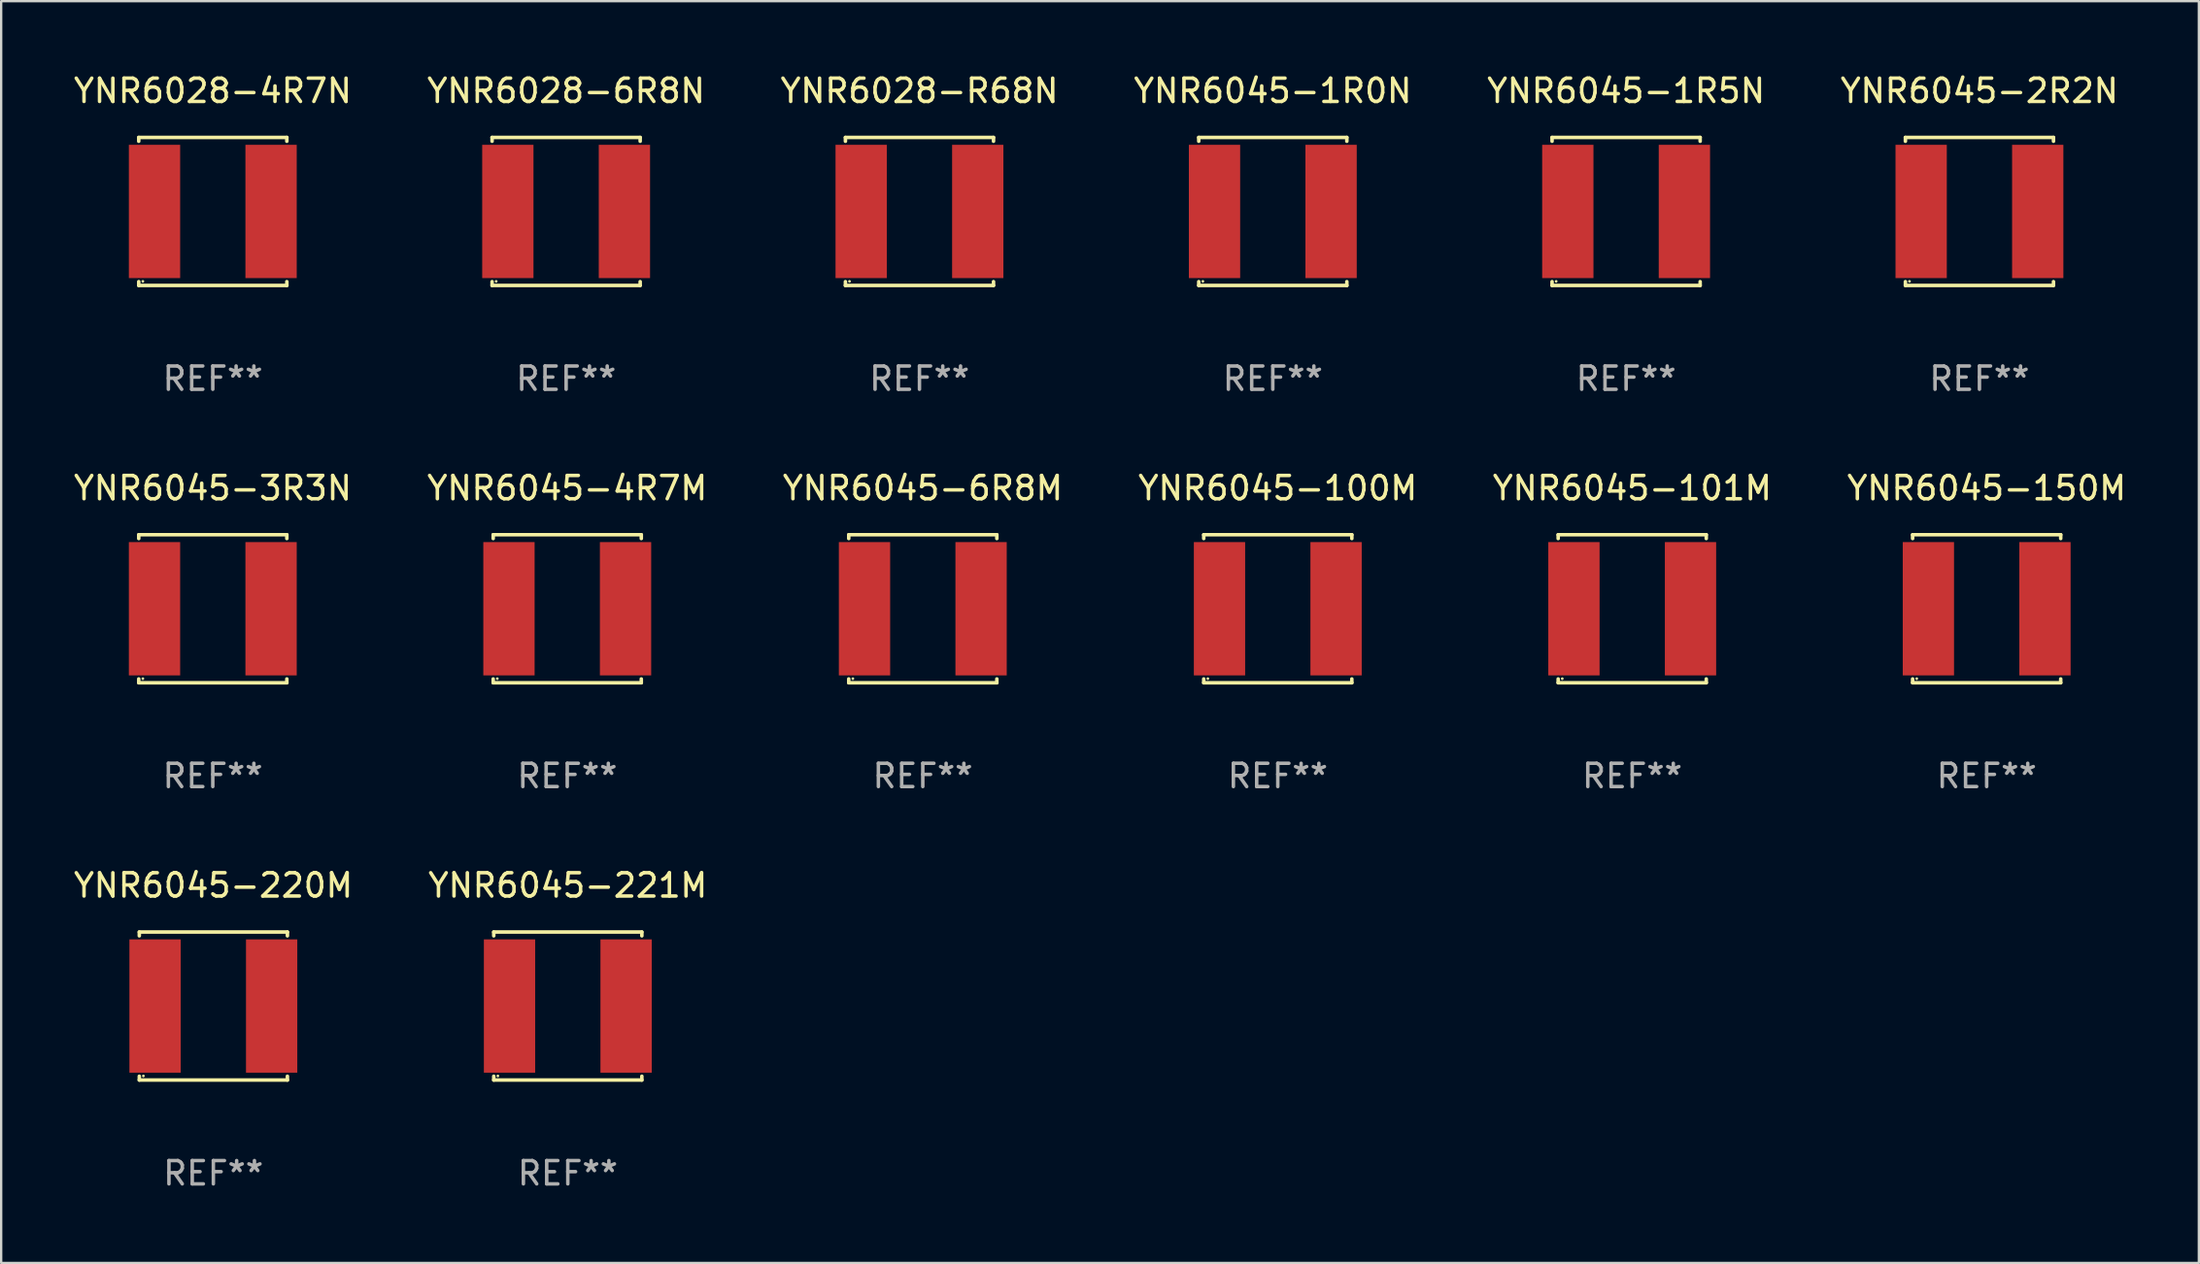
<source format=kicad_pcb>
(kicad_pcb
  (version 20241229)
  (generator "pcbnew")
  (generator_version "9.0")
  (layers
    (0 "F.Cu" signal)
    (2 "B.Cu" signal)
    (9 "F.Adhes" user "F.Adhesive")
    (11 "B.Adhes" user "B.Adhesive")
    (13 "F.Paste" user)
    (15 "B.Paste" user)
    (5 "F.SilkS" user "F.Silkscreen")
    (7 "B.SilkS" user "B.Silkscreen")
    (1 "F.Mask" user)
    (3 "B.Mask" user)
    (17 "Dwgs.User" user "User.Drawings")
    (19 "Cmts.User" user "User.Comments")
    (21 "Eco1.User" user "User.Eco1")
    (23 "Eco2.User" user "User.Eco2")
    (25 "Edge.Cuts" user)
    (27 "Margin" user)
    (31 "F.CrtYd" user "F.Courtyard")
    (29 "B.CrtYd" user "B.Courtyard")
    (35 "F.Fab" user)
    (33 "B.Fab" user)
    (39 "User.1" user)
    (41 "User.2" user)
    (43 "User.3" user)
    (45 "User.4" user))
  (footprint "YNR6045-101M"
    (layer "F.Cu")
    (at 66.958 23.073)
    (property "Reference" "YNR6045-101M" (at 0 -5.176 0) (layer "F.SilkS") (effects (font (size 1 1) (thickness 0.15))))
    (attr through_hole)
    (fp_line (start -3.176 -3.176) (end 3.176 -3.176) (stroke (width 0.152) (type solid)) (layer "F.SilkS"))
    (fp_line (start -3.176 -3.012) (end -3.176 -3.176) (stroke (width 0.152) (type solid)) (layer "F.SilkS"))
    (fp_line (start -3.176 3.012) (end -3.176 3.176) (stroke (width 0.152) (type solid)) (layer "F.SilkS"))
    (fp_line (start -3.176 3.176) (end 3.176 3.176) (stroke (width 0.152) (type solid)) (layer "F.SilkS"))
    (fp_line (start 3.176 -3.176) (end 3.176 -3.012) (stroke (width 0.152) (type solid)) (layer "F.SilkS"))
    (fp_line (start 3.176 3.176) (end 3.176 3.012) (stroke (width 0.152) (type solid)) (layer "F.SilkS"))
    (fp_circle (center -3 3) (end -2.97 3) (stroke (width 0.06) (type solid)) (fill no) (layer "F.SilkS"))
    (fp_text user "REF**" (at 0 7.176 0) (layer "F.Fab") (effects (font (size 1 1) (thickness 0.15))))
    (pad "1" smd rect (at -2.5 0) (size 2.2 5.72) (layers "F.Cu" "F.Mask" "F.Paste"))
    (pad "2" smd rect (at 2.5 0) (size 2.2 5.72) (layers "F.Cu" "F.Mask" "F.Paste")))
  (footprint "YNR6045-1R0N"
    (layer "F.Cu")
    (at 51.542 6.024)
    (property "Reference" "YNR6045-1R0N" (at 0 -5.176 0) (layer "F.SilkS") (effects (font (size 1 1) (thickness 0.15))))
    (attr through_hole)
    (fp_line (start -3.176 -3.176) (end 3.176 -3.176) (stroke (width 0.152) (type solid)) (layer "F.SilkS"))
    (fp_line (start -3.176 -3.012) (end -3.176 -3.176) (stroke (width 0.152) (type solid)) (layer "F.SilkS"))
    (fp_line (start -3.176 3.012) (end -3.176 3.176) (stroke (width 0.152) (type solid)) (layer "F.SilkS"))
    (fp_line (start -3.176 3.176) (end 3.176 3.176) (stroke (width 0.152) (type solid)) (layer "F.SilkS"))
    (fp_line (start 3.176 -3.176) (end 3.176 -3.012) (stroke (width 0.152) (type solid)) (layer "F.SilkS"))
    (fp_line (start 3.176 3.176) (end 3.176 3.012) (stroke (width 0.152) (type solid)) (layer "F.SilkS"))
    (fp_circle (center -3 3) (end -2.97 3) (stroke (width 0.06) (type solid)) (fill no) (layer "F.SilkS"))
    (fp_text user "REF**" (at 0 7.176 0) (layer "F.Fab") (effects (font (size 1 1) (thickness 0.15))))
    (pad "1" smd rect (at -2.5 0) (size 2.2 5.72) (layers "F.Cu" "F.Mask" "F.Paste"))
    (pad "2" smd rect (at 2.5 0) (size 2.2 5.72) (layers "F.Cu" "F.Mask" "F.Paste")))
  (footprint "YNR6045-3R3N"
    (layer "F.Cu")
    (at 6.077 23.073)
    (property "Reference" "YNR6045-3R3N" (at 0 -5.176 0) (layer "F.SilkS") (effects (font (size 1 1) (thickness 0.15))))
    (attr through_hole)
    (fp_line (start -3.176 -3.176) (end 3.176 -3.176) (stroke (width 0.152) (type solid)) (layer "F.SilkS"))
    (fp_line (start -3.176 -3.012) (end -3.176 -3.176) (stroke (width 0.152) (type solid)) (layer "F.SilkS"))
    (fp_line (start -3.176 3.012) (end -3.176 3.176) (stroke (width 0.152) (type solid)) (layer "F.SilkS"))
    (fp_line (start -3.176 3.176) (end 3.176 3.176) (stroke (width 0.152) (type solid)) (layer "F.SilkS"))
    (fp_line (start 3.176 -3.176) (end 3.176 -3.012) (stroke (width 0.152) (type solid)) (layer "F.SilkS"))
    (fp_line (start 3.176 3.176) (end 3.176 3.012) (stroke (width 0.152) (type solid)) (layer "F.SilkS"))
    (fp_circle (center -3 3) (end -2.97 3) (stroke (width 0.06) (type solid)) (fill no) (layer "F.SilkS"))
    (fp_text user "REF**" (at 0 7.176 0) (layer "F.Fab") (effects (font (size 1 1) (thickness 0.15))))
    (pad "1" smd rect (at -2.5 0) (size 2.2 5.72) (layers "F.Cu" "F.Mask" "F.Paste"))
    (pad "2" smd rect (at 2.5 0) (size 2.2 5.72) (layers "F.Cu" "F.Mask" "F.Paste")))
  (footprint "YNR6028-4R7N"
    (layer "F.Cu")
    (at 6.077 6.024)
    (property "Reference" "YNR6028-4R7N" (at 0 -5.176 0) (layer "F.SilkS") (effects (font (size 1 1) (thickness 0.15))))
    (attr through_hole)
    (fp_line (start -3.176 -3.176) (end 3.176 -3.176) (stroke (width 0.152) (type solid)) (layer "F.SilkS"))
    (fp_line (start -3.176 -3.012) (end -3.176 -3.176) (stroke (width 0.152) (type solid)) (layer "F.SilkS"))
    (fp_line (start -3.176 3.012) (end -3.176 3.176) (stroke (width 0.152) (type solid)) (layer "F.SilkS"))
    (fp_line (start -3.176 3.176) (end 3.176 3.176) (stroke (width 0.152) (type solid)) (layer "F.SilkS"))
    (fp_line (start 3.176 -3.176) (end 3.176 -3.012) (stroke (width 0.152) (type solid)) (layer "F.SilkS"))
    (fp_line (start 3.176 3.176) (end 3.176 3.012) (stroke (width 0.152) (type solid)) (layer "F.SilkS"))
    (fp_circle (center -3 3) (end -2.97 3) (stroke (width 0.06) (type solid)) (fill no) (layer "F.SilkS"))
    (fp_text user "REF**" (at 0 7.176 0) (layer "F.Fab") (effects (font (size 1 1) (thickness 0.15))))
    (pad "1" smd rect (at -2.5 0) (size 2.2 5.72) (layers "F.Cu" "F.Mask" "F.Paste"))
    (pad "2" smd rect (at 2.5 0) (size 2.2 5.72) (layers "F.Cu" "F.Mask" "F.Paste")))
  (footprint "YNR6045-4R7M"
    (layer "F.Cu")
    (at 21.28 23.073)
    (property "Reference" "YNR6045-4R7M" (at 0 -5.176 0) (layer "F.SilkS") (effects (font (size 1 1) (thickness 0.15))))
    (attr through_hole)
    (fp_line (start -3.176 -3.176) (end 3.176 -3.176) (stroke (width 0.152) (type solid)) (layer "F.SilkS"))
    (fp_line (start -3.176 -3.012) (end -3.176 -3.176) (stroke (width 0.152) (type solid)) (layer "F.SilkS"))
    (fp_line (start -3.176 3.012) (end -3.176 3.176) (stroke (width 0.152) (type solid)) (layer "F.SilkS"))
    (fp_line (start -3.176 3.176) (end 3.176 3.176) (stroke (width 0.152) (type solid)) (layer "F.SilkS"))
    (fp_line (start 3.176 -3.176) (end 3.176 -3.012) (stroke (width 0.152) (type solid)) (layer "F.SilkS"))
    (fp_line (start 3.176 3.176) (end 3.176 3.012) (stroke (width 0.152) (type solid)) (layer "F.SilkS"))
    (fp_circle (center -3 3) (end -2.97 3) (stroke (width 0.06) (type solid)) (fill no) (layer "F.SilkS"))
    (fp_text user "REF**" (at 0 7.176 0) (layer "F.Fab") (effects (font (size 1 1) (thickness 0.15))))
    (pad "1" smd rect (at -2.5 0) (size 2.2 5.72) (layers "F.Cu" "F.Mask" "F.Paste"))
    (pad "2" smd rect (at 2.5 0) (size 2.2 5.72) (layers "F.Cu" "F.Mask" "F.Paste")))
  (footprint "YNR6028-6R8N"
    (layer "F.Cu")
    (at 21.232 6.024)
    (property "Reference" "YNR6028-6R8N" (at 0 -5.176 0) (layer "F.SilkS") (effects (font (size 1 1) (thickness 0.15))))
    (attr through_hole)
    (fp_line (start -3.176 -3.176) (end 3.176 -3.176) (stroke (width 0.152) (type solid)) (layer "F.SilkS"))
    (fp_line (start -3.176 -3.012) (end -3.176 -3.176) (stroke (width 0.152) (type solid)) (layer "F.SilkS"))
    (fp_line (start -3.176 3.012) (end -3.176 3.176) (stroke (width 0.152) (type solid)) (layer "F.SilkS"))
    (fp_line (start -3.176 3.176) (end 3.176 3.176) (stroke (width 0.152) (type solid)) (layer "F.SilkS"))
    (fp_line (start 3.176 -3.176) (end 3.176 -3.012) (stroke (width 0.152) (type solid)) (layer "F.SilkS"))
    (fp_line (start 3.176 3.176) (end 3.176 3.012) (stroke (width 0.152) (type solid)) (layer "F.SilkS"))
    (fp_circle (center -3 3) (end -2.97 3) (stroke (width 0.06) (type solid)) (fill no) (layer "F.SilkS"))
    (fp_text user "REF**" (at 0 7.176 0) (layer "F.Fab") (effects (font (size 1 1) (thickness 0.15))))
    (pad "1" smd rect (at -2.5 0) (size 2.2 5.72) (layers "F.Cu" "F.Mask" "F.Paste"))
    (pad "2" smd rect (at 2.5 0) (size 2.2 5.72) (layers "F.Cu" "F.Mask" "F.Paste")))
  (footprint "YNR6045-100M"
    (layer "F.Cu")
    (at 51.756 23.073)
    (property "Reference" "YNR6045-100M" (at 0 -5.176 0) (layer "F.SilkS") (effects (font (size 1 1) (thickness 0.15))))
    (attr through_hole)
    (fp_line (start -3.176 -3.176) (end 3.176 -3.176) (stroke (width 0.152) (type solid)) (layer "F.SilkS"))
    (fp_line (start -3.176 -3.012) (end -3.176 -3.176) (stroke (width 0.152) (type solid)) (layer "F.SilkS"))
    (fp_line (start -3.176 3.012) (end -3.176 3.176) (stroke (width 0.152) (type solid)) (layer "F.SilkS"))
    (fp_line (start -3.176 3.176) (end 3.176 3.176) (stroke (width 0.152) (type solid)) (layer "F.SilkS"))
    (fp_line (start 3.176 -3.176) (end 3.176 -3.012) (stroke (width 0.152) (type solid)) (layer "F.SilkS"))
    (fp_line (start 3.176 3.176) (end 3.176 3.012) (stroke (width 0.152) (type solid)) (layer "F.SilkS"))
    (fp_circle (center -3 3) (end -2.97 3) (stroke (width 0.06) (type solid)) (fill no) (layer "F.SilkS"))
    (fp_text user "REF**" (at 0 7.176 0) (layer "F.Fab") (effects (font (size 1 1) (thickness 0.15))))
    (pad "1" smd rect (at -2.5 0) (size 2.2 5.72) (layers "F.Cu" "F.Mask" "F.Paste"))
    (pad "2" smd rect (at 2.5 0) (size 2.2 5.72) (layers "F.Cu" "F.Mask" "F.Paste")))
  (footprint "YNR6045-221M"
    (layer "F.Cu")
    (at 21.304 40.122)
    (property "Reference" "YNR6045-221M" (at 0 -5.176 0) (layer "F.SilkS") (effects (font (size 1 1) (thickness 0.15))))
    (attr through_hole)
    (fp_line (start -3.176 -3.176) (end 3.176 -3.176) (stroke (width 0.152) (type solid)) (layer "F.SilkS"))
    (fp_line (start -3.176 -3.012) (end -3.176 -3.176) (stroke (width 0.152) (type solid)) (layer "F.SilkS"))
    (fp_line (start -3.176 3.012) (end -3.176 3.176) (stroke (width 0.152) (type solid)) (layer "F.SilkS"))
    (fp_line (start -3.176 3.176) (end 3.176 3.176) (stroke (width 0.152) (type solid)) (layer "F.SilkS"))
    (fp_line (start 3.176 -3.176) (end 3.176 -3.012) (stroke (width 0.152) (type solid)) (layer "F.SilkS"))
    (fp_line (start 3.176 3.176) (end 3.176 3.012) (stroke (width 0.152) (type solid)) (layer "F.SilkS"))
    (fp_circle (center -3 3) (end -2.97 3) (stroke (width 0.06) (type solid)) (fill no) (layer "F.SilkS"))
    (fp_text user "REF**" (at 0 7.176 0) (layer "F.Fab") (effects (font (size 1 1) (thickness 0.15))))
    (pad "1" smd rect (at -2.5 0) (size 2.2 5.72) (layers "F.Cu" "F.Mask" "F.Paste"))
    (pad "2" smd rect (at 2.5 0) (size 2.2 5.72) (layers "F.Cu" "F.Mask" "F.Paste")))
  (footprint "YNR6045-220M"
    (layer "F.Cu")
    (at 6.101 40.122)
    (property "Reference" "YNR6045-220M" (at 0 -5.176 0) (layer "F.SilkS") (effects (font (size 1 1) (thickness 0.15))))
    (attr through_hole)
    (fp_line (start -3.176 -3.176) (end 3.176 -3.176) (stroke (width 0.152) (type solid)) (layer "F.SilkS"))
    (fp_line (start -3.176 -3.012) (end -3.176 -3.176) (stroke (width 0.152) (type solid)) (layer "F.SilkS"))
    (fp_line (start -3.176 3.012) (end -3.176 3.176) (stroke (width 0.152) (type solid)) (layer "F.SilkS"))
    (fp_line (start -3.176 3.176) (end 3.176 3.176) (stroke (width 0.152) (type solid)) (layer "F.SilkS"))
    (fp_line (start 3.176 -3.176) (end 3.176 -3.012) (stroke (width 0.152) (type solid)) (layer "F.SilkS"))
    (fp_line (start 3.176 3.176) (end 3.176 3.012) (stroke (width 0.152) (type solid)) (layer "F.SilkS"))
    (fp_circle (center -3 3) (end -2.97 3) (stroke (width 0.06) (type solid)) (fill no) (layer "F.SilkS"))
    (fp_text user "REF**" (at 0 7.176 0) (layer "F.Fab") (effects (font (size 1 1) (thickness 0.15))))
    (pad "1" smd rect (at -2.5 0) (size 2.2 5.72) (layers "F.Cu" "F.Mask" "F.Paste"))
    (pad "2" smd rect (at 2.5 0) (size 2.2 5.72) (layers "F.Cu" "F.Mask" "F.Paste")))
  (footprint "YNR6045-2R2N"
    (layer "F.Cu")
    (at 81.851 6.024)
    (property "Reference" "YNR6045-2R2N" (at 0 -5.176 0) (layer "F.SilkS") (effects (font (size 1 1) (thickness 0.15))))
    (attr through_hole)
    (fp_line (start -3.176 -3.176) (end 3.176 -3.176) (stroke (width 0.152) (type solid)) (layer "F.SilkS"))
    (fp_line (start -3.176 -3.012) (end -3.176 -3.176) (stroke (width 0.152) (type solid)) (layer "F.SilkS"))
    (fp_line (start -3.176 3.012) (end -3.176 3.176) (stroke (width 0.152) (type solid)) (layer "F.SilkS"))
    (fp_line (start -3.176 3.176) (end 3.176 3.176) (stroke (width 0.152) (type solid)) (layer "F.SilkS"))
    (fp_line (start 3.176 -3.176) (end 3.176 -3.012) (stroke (width 0.152) (type solid)) (layer "F.SilkS"))
    (fp_line (start 3.176 3.176) (end 3.176 3.012) (stroke (width 0.152) (type solid)) (layer "F.SilkS"))
    (fp_circle (center -3 3) (end -2.97 3) (stroke (width 0.06) (type solid)) (fill no) (layer "F.SilkS"))
    (fp_text user "REF**" (at 0 7.176 0) (layer "F.Fab") (effects (font (size 1 1) (thickness 0.15))))
    (pad "1" smd rect (at -2.5 0) (size 2.2 5.72) (layers "F.Cu" "F.Mask" "F.Paste"))
    (pad "2" smd rect (at 2.5 0) (size 2.2 5.72) (layers "F.Cu" "F.Mask" "F.Paste")))
  (footprint "YNR6045-150M"
    (layer "F.Cu")
    (at 82.161 23.073)
    (property "Reference" "YNR6045-150M" (at 0 -5.176 0) (layer "F.SilkS") (effects (font (size 1 1) (thickness 0.15))))
    (attr through_hole)
    (fp_line (start -3.176 -3.176) (end 3.176 -3.176) (stroke (width 0.152) (type solid)) (layer "F.SilkS"))
    (fp_line (start -3.176 -3.012) (end -3.176 -3.176) (stroke (width 0.152) (type solid)) (layer "F.SilkS"))
    (fp_line (start -3.176 3.012) (end -3.176 3.176) (stroke (width 0.152) (type solid)) (layer "F.SilkS"))
    (fp_line (start -3.176 3.176) (end 3.176 3.176) (stroke (width 0.152) (type solid)) (layer "F.SilkS"))
    (fp_line (start 3.176 -3.176) (end 3.176 -3.012) (stroke (width 0.152) (type solid)) (layer "F.SilkS"))
    (fp_line (start 3.176 3.176) (end 3.176 3.012) (stroke (width 0.152) (type solid)) (layer "F.SilkS"))
    (fp_circle (center -3 3) (end -2.97 3) (stroke (width 0.06) (type solid)) (fill no) (layer "F.SilkS"))
    (fp_text user "REF**" (at 0 7.176 0) (layer "F.Fab") (effects (font (size 1 1) (thickness 0.15))))
    (pad "1" smd rect (at -2.5 0) (size 2.2 5.72) (layers "F.Cu" "F.Mask" "F.Paste"))
    (pad "2" smd rect (at 2.5 0) (size 2.2 5.72) (layers "F.Cu" "F.Mask" "F.Paste")))
  (footprint "YNR6045-1R5N"
    (layer "F.Cu")
    (at 66.696 6.024)
    (property "Reference" "YNR6045-1R5N" (at 0 -5.176 0) (layer "F.SilkS") (effects (font (size 1 1) (thickness 0.15))))
    (attr through_hole)
    (fp_line (start -3.176 -3.176) (end 3.176 -3.176) (stroke (width 0.152) (type solid)) (layer "F.SilkS"))
    (fp_line (start -3.176 -3.012) (end -3.176 -3.176) (stroke (width 0.152) (type solid)) (layer "F.SilkS"))
    (fp_line (start -3.176 3.012) (end -3.176 3.176) (stroke (width 0.152) (type solid)) (layer "F.SilkS"))
    (fp_line (start -3.176 3.176) (end 3.176 3.176) (stroke (width 0.152) (type solid)) (layer "F.SilkS"))
    (fp_line (start 3.176 -3.176) (end 3.176 -3.012) (stroke (width 0.152) (type solid)) (layer "F.SilkS"))
    (fp_line (start 3.176 3.176) (end 3.176 3.012) (stroke (width 0.152) (type solid)) (layer "F.SilkS"))
    (fp_circle (center -3 3) (end -2.97 3) (stroke (width 0.06) (type solid)) (fill no) (layer "F.SilkS"))
    (fp_text user "REF**" (at 0 7.176 0) (layer "F.Fab") (effects (font (size 1 1) (thickness 0.15))))
    (pad "1" smd rect (at -2.5 0) (size 2.2 5.72) (layers "F.Cu" "F.Mask" "F.Paste"))
    (pad "2" smd rect (at 2.5 0) (size 2.2 5.72) (layers "F.Cu" "F.Mask" "F.Paste")))
  (footprint "YNR6045-6R8M"
    (layer "F.Cu")
    (at 36.53 23.073)
    (property "Reference" "YNR6045-6R8M" (at 0 -5.176 0) (layer "F.SilkS") (effects (font (size 1 1) (thickness 0.15))))
    (attr through_hole)
    (fp_line (start -3.176 -3.176) (end 3.176 -3.176) (stroke (width 0.152) (type solid)) (layer "F.SilkS"))
    (fp_line (start -3.176 -3.012) (end -3.176 -3.176) (stroke (width 0.152) (type solid)) (layer "F.SilkS"))
    (fp_line (start -3.176 3.012) (end -3.176 3.176) (stroke (width 0.152) (type solid)) (layer "F.SilkS"))
    (fp_line (start -3.176 3.176) (end 3.176 3.176) (stroke (width 0.152) (type solid)) (layer "F.SilkS"))
    (fp_line (start 3.176 -3.176) (end 3.176 -3.012) (stroke (width 0.152) (type solid)) (layer "F.SilkS"))
    (fp_line (start 3.176 3.176) (end 3.176 3.012) (stroke (width 0.152) (type solid)) (layer "F.SilkS"))
    (fp_circle (center -3 3) (end -2.97 3) (stroke (width 0.06) (type solid)) (fill no) (layer "F.SilkS"))
    (fp_text user "REF**" (at 0 7.176 0) (layer "F.Fab") (effects (font (size 1 1) (thickness 0.15))))
    (pad "1" smd rect (at -2.5 0) (size 2.2 5.72) (layers "F.Cu" "F.Mask" "F.Paste"))
    (pad "2" smd rect (at 2.5 0) (size 2.2 5.72) (layers "F.Cu" "F.Mask" "F.Paste")))
  (footprint "YNR6028-R68N"
    (layer "F.Cu")
    (at 36.387 6.024)
    (property "Reference" "YNR6028-R68N" (at 0 -5.176 0) (layer "F.SilkS") (effects (font (size 1 1) (thickness 0.15))))
    (attr through_hole)
    (fp_line (start -3.176 -3.176) (end 3.176 -3.176) (stroke (width 0.152) (type solid)) (layer "F.SilkS"))
    (fp_line (start -3.176 -3.012) (end -3.176 -3.176) (stroke (width 0.152) (type solid)) (layer "F.SilkS"))
    (fp_line (start -3.176 3.012) (end -3.176 3.176) (stroke (width 0.152) (type solid)) (layer "F.SilkS"))
    (fp_line (start -3.176 3.176) (end 3.176 3.176) (stroke (width 0.152) (type solid)) (layer "F.SilkS"))
    (fp_line (start 3.176 -3.176) (end 3.176 -3.012) (stroke (width 0.152) (type solid)) (layer "F.SilkS"))
    (fp_line (start 3.176 3.176) (end 3.176 3.012) (stroke (width 0.152) (type solid)) (layer "F.SilkS"))
    (fp_circle (center -3 3) (end -2.97 3) (stroke (width 0.06) (type solid)) (fill no) (layer "F.SilkS"))
    (fp_text user "REF**" (at 0 7.176 0) (layer "F.Fab") (effects (font (size 1 1) (thickness 0.15))))
    (pad "1" smd rect (at -2.5 0) (size 2.2 5.72) (layers "F.Cu" "F.Mask" "F.Paste"))
    (pad "2" smd rect (at 2.5 0) (size 2.2 5.72) (layers "F.Cu" "F.Mask" "F.Paste")))
  (gr_rect
    (start -3 -3)
    (end 91.262 51.147)
    (stroke (width 0.1) (type default))
    (fill no)
    (layer "Edge.Cuts")))
</source>
